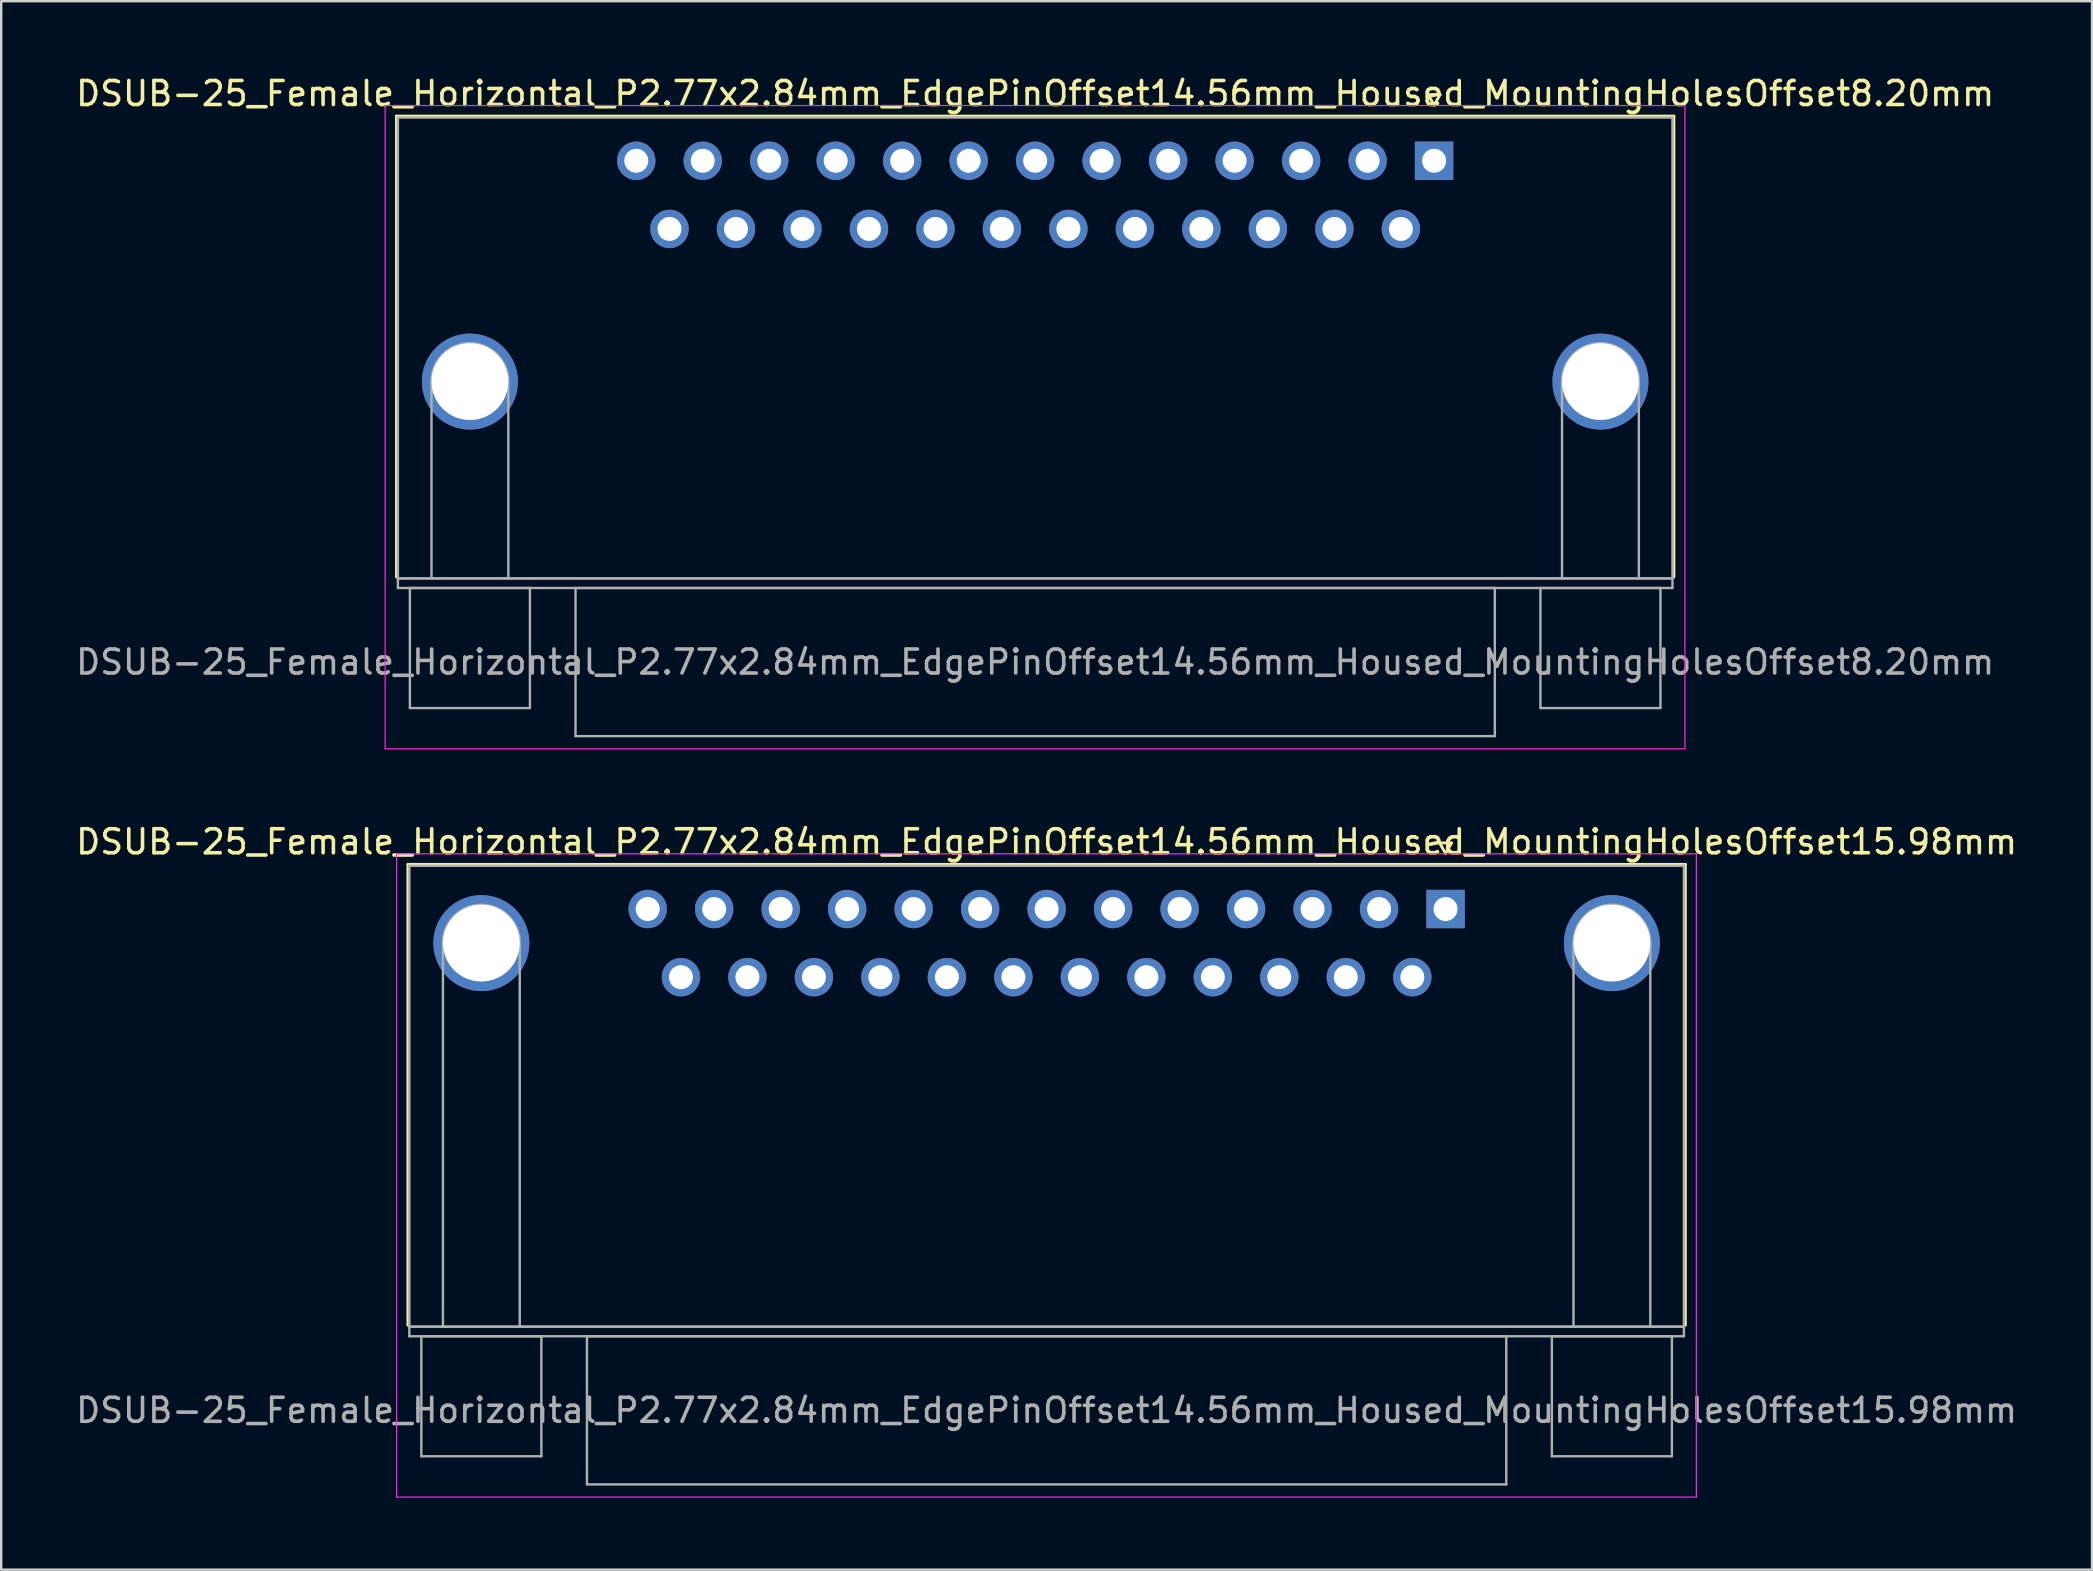
<source format=kicad_pcb>
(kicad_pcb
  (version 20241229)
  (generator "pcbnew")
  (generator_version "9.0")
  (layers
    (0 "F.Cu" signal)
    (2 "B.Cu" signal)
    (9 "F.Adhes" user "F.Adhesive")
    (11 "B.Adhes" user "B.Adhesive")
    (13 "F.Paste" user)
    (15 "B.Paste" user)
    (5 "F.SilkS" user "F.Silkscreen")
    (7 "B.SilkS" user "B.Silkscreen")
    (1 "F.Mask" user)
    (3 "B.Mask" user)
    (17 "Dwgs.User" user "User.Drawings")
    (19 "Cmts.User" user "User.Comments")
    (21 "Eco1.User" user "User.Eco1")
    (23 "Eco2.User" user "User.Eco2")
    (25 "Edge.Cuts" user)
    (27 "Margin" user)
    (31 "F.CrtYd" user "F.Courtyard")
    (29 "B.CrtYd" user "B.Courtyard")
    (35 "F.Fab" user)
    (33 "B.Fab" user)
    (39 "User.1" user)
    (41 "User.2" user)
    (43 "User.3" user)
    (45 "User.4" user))
  (footprint "DSUB-25_Female_Horizontal_P2.77x2.84mm_EdgePinOffset14.56mm_Housed_MountingHolesOffset15.98mm"
    (layer "F.Cu")
    (at 57.174 34.822)
    (property "Reference" "DSUB-25_Female_Horizontal_P2.77x2.84mm_EdgePinOffset14.56mm_Housed_MountingHolesOffset15.98mm" (at -16.62 -2.8 0) (layer "F.SilkS") (effects (font (size 1 1) (thickness 0.15))))
    (attr through_hole)
    (fp_line (start -43.23 -1.86) (end 9.99 -1.86) (stroke (width 0.12) (type solid)) (layer "F.SilkS"))
    (fp_line (start -43.23 17.34) (end -43.23 -1.86) (stroke (width 0.12) (type solid)) (layer "F.SilkS"))
    (fp_line (start -0.25 -2.754) (end 0.25 -2.754) (stroke (width 0.12) (type solid)) (layer "F.SilkS"))
    (fp_line (start 0 -2.321) (end -0.25 -2.754) (stroke (width 0.12) (type solid)) (layer "F.SilkS"))
    (fp_line (start 0.25 -2.754) (end 0 -2.321) (stroke (width 0.12) (type solid)) (layer "F.SilkS"))
    (fp_line (start 9.99 -1.86) (end 9.99 17.34) (stroke (width 0.12) (type solid)) (layer "F.SilkS"))
    (fp_line (start -43.7 -2.3) (end -43.7 24.5) (stroke (width 0.05) (type solid)) (layer "F.CrtYd"))
    (fp_line (start -43.7 24.5) (end 10.45 24.5) (stroke (width 0.05) (type solid)) (layer "F.CrtYd"))
    (fp_line (start 10.45 -2.3) (end -43.7 -2.3) (stroke (width 0.05) (type solid)) (layer "F.CrtYd"))
    (fp_line (start 10.45 24.5) (end 10.45 -2.3) (stroke (width 0.05) (type solid)) (layer "F.CrtYd"))
    (fp_line (start -43.17 -1.8) (end -43.17 17.4) (stroke (width 0.1) (type solid)) (layer "F.Fab"))
    (fp_line (start -43.17 17.4) (end -43.17 17.8) (stroke (width 0.1) (type solid)) (layer "F.Fab"))
    (fp_line (start -43.17 17.4) (end 9.93 17.4) (stroke (width 0.1) (type solid)) (layer "F.Fab"))
    (fp_line (start -43.17 17.8) (end 9.93 17.8) (stroke (width 0.1) (type solid)) (layer "F.Fab"))
    (fp_line (start -42.67 17.8) (end -42.67 22.8) (stroke (width 0.1) (type solid)) (layer "F.Fab"))
    (fp_line (start -42.67 22.8) (end -37.67 22.8) (stroke (width 0.1) (type solid)) (layer "F.Fab"))
    (fp_line (start -41.77 17.4) (end -41.77 1.42) (stroke (width 0.1) (type solid)) (layer "F.Fab"))
    (fp_line (start -38.57 17.4) (end -38.57 1.42) (stroke (width 0.1) (type solid)) (layer "F.Fab"))
    (fp_line (start -37.67 17.8) (end -42.67 17.8) (stroke (width 0.1) (type solid)) (layer "F.Fab"))
    (fp_line (start -37.67 22.8) (end -37.67 17.8) (stroke (width 0.1) (type solid)) (layer "F.Fab"))
    (fp_line (start -35.77 17.8) (end -35.77 23.97) (stroke (width 0.1) (type solid)) (layer "F.Fab"))
    (fp_line (start -35.77 23.97) (end 2.53 23.97) (stroke (width 0.1) (type solid)) (layer "F.Fab"))
    (fp_line (start 2.53 17.8) (end -35.77 17.8) (stroke (width 0.1) (type solid)) (layer "F.Fab"))
    (fp_line (start 2.53 23.97) (end 2.53 17.8) (stroke (width 0.1) (type solid)) (layer "F.Fab"))
    (fp_line (start 4.43 17.8) (end 4.43 22.8) (stroke (width 0.1) (type solid)) (layer "F.Fab"))
    (fp_line (start 4.43 22.8) (end 9.43 22.8) (stroke (width 0.1) (type solid)) (layer "F.Fab"))
    (fp_line (start 5.33 17.4) (end 5.33 1.42) (stroke (width 0.1) (type solid)) (layer "F.Fab"))
    (fp_line (start 8.53 17.4) (end 8.53 1.42) (stroke (width 0.1) (type solid)) (layer "F.Fab"))
    (fp_line (start 9.43 17.8) (end 4.43 17.8) (stroke (width 0.1) (type solid)) (layer "F.Fab"))
    (fp_line (start 9.43 22.8) (end 9.43 17.8) (stroke (width 0.1) (type solid)) (layer "F.Fab"))
    (fp_line (start 9.93 -1.8) (end -43.17 -1.8) (stroke (width 0.1) (type solid)) (layer "F.Fab"))
    (fp_line (start 9.93 17.4) (end -43.17 17.4) (stroke (width 0.1) (type solid)) (layer "F.Fab"))
    (fp_line (start 9.93 17.4) (end 9.93 -1.8) (stroke (width 0.1) (type solid)) (layer "F.Fab"))
    (fp_line (start 9.93 17.8) (end 9.93 17.4) (stroke (width 0.1) (type solid)) (layer "F.Fab"))
    (fp_arc (start -41.77 1.42) (mid -40.17 -0.18) (end -38.57 1.42) (stroke (width 0.1) (type solid)) (layer "F.Fab"))
    (fp_arc (start 5.33 1.42) (mid 6.93 -0.18) (end 8.53 1.42) (stroke (width 0.1) (type solid)) (layer "F.Fab"))
    (fp_text user "${REFERENCE}" (at -16.62 20.885 0) (layer "F.Fab") (effects (font (size 1 1) (thickness 0.15))))
    (pad "0" thru_hole circle (at -40.17 1.42) (size 4 4) (drill 3.2) (layers "*.Cu" "*.Mask"))
    (pad "0" thru_hole circle (at 6.93 1.42) (size 4 4) (drill 3.2) (layers "*.Cu" "*.Mask"))
    (pad "1" thru_hole rect (at 0 0) (size 1.6 1.6) (drill 1) (layers "*.Cu" "*.Mask"))
    (pad "2" thru_hole circle (at -2.77 0) (size 1.6 1.6) (drill 1) (layers "*.Cu" "*.Mask"))
    (pad "3" thru_hole circle (at -5.54 0) (size 1.6 1.6) (drill 1) (layers "*.Cu" "*.Mask"))
    (pad "4" thru_hole circle (at -8.31 0) (size 1.6 1.6) (drill 1) (layers "*.Cu" "*.Mask"))
    (pad "5" thru_hole circle (at -11.08 0) (size 1.6 1.6) (drill 1) (layers "*.Cu" "*.Mask"))
    (pad "6" thru_hole circle (at -13.85 0) (size 1.6 1.6) (drill 1) (layers "*.Cu" "*.Mask"))
    (pad "7" thru_hole circle (at -16.62 0) (size 1.6 1.6) (drill 1) (layers "*.Cu" "*.Mask"))
    (pad "8" thru_hole circle (at -19.39 0) (size 1.6 1.6) (drill 1) (layers "*.Cu" "*.Mask"))
    (pad "9" thru_hole circle (at -22.16 0) (size 1.6 1.6) (drill 1) (layers "*.Cu" "*.Mask"))
    (pad "10" thru_hole circle (at -24.93 0) (size 1.6 1.6) (drill 1) (layers "*.Cu" "*.Mask"))
    (pad "11" thru_hole circle (at -27.7 0) (size 1.6 1.6) (drill 1) (layers "*.Cu" "*.Mask"))
    (pad "12" thru_hole circle (at -30.47 0) (size 1.6 1.6) (drill 1) (layers "*.Cu" "*.Mask"))
    (pad "13" thru_hole circle (at -33.24 0) (size 1.6 1.6) (drill 1) (layers "*.Cu" "*.Mask"))
    (pad "14" thru_hole circle (at -1.385 2.84) (size 1.6 1.6) (drill 1) (layers "*.Cu" "*.Mask"))
    (pad "15" thru_hole circle (at -4.155 2.84) (size 1.6 1.6) (drill 1) (layers "*.Cu" "*.Mask"))
    (pad "16" thru_hole circle (at -6.925 2.84) (size 1.6 1.6) (drill 1) (layers "*.Cu" "*.Mask"))
    (pad "17" thru_hole circle (at -9.695 2.84) (size 1.6 1.6) (drill 1) (layers "*.Cu" "*.Mask"))
    (pad "18" thru_hole circle (at -12.465 2.84) (size 1.6 1.6) (drill 1) (layers "*.Cu" "*.Mask"))
    (pad "19" thru_hole circle (at -15.235 2.84) (size 1.6 1.6) (drill 1) (layers "*.Cu" "*.Mask"))
    (pad "20" thru_hole circle (at -18.005 2.84) (size 1.6 1.6) (drill 1) (layers "*.Cu" "*.Mask"))
    (pad "21" thru_hole circle (at -20.775 2.84) (size 1.6 1.6) (drill 1) (layers "*.Cu" "*.Mask"))
    (pad "22" thru_hole circle (at -23.545 2.84) (size 1.6 1.6) (drill 1) (layers "*.Cu" "*.Mask"))
    (pad "23" thru_hole circle (at -26.315 2.84) (size 1.6 1.6) (drill 1) (layers "*.Cu" "*.Mask"))
    (pad "24" thru_hole circle (at -29.085 2.84) (size 1.6 1.6) (drill 1) (layers "*.Cu" "*.Mask"))
    (pad "25" thru_hole circle (at -31.855 2.84) (size 1.6 1.6) (drill 1) (layers "*.Cu" "*.Mask")))
  (footprint "DSUB-25_Female_Horizontal_P2.77x2.84mm_EdgePinOffset14.56mm_Housed_MountingHolesOffset8.20mm"
    (layer "F.Cu")
    (at 56.697 3.648)
    (property "Reference" "DSUB-25_Female_Horizontal_P2.77x2.84mm_EdgePinOffset14.56mm_Housed_MountingHolesOffset8.20mm" (at -16.62 -2.8 0) (layer "F.SilkS") (effects (font (size 1 1) (thickness 0.15))))
    (attr through_hole)
    (fp_line (start -43.23 -1.86) (end 9.99 -1.86) (stroke (width 0.12) (type solid)) (layer "F.SilkS"))
    (fp_line (start -43.23 17.34) (end -43.23 -1.86) (stroke (width 0.12) (type solid)) (layer "F.SilkS"))
    (fp_line (start -0.25 -2.754) (end 0.25 -2.754) (stroke (width 0.12) (type solid)) (layer "F.SilkS"))
    (fp_line (start 0 -2.321) (end -0.25 -2.754) (stroke (width 0.12) (type solid)) (layer "F.SilkS"))
    (fp_line (start 0.25 -2.754) (end 0 -2.321) (stroke (width 0.12) (type solid)) (layer "F.SilkS"))
    (fp_line (start 9.99 -1.86) (end 9.99 17.34) (stroke (width 0.12) (type solid)) (layer "F.SilkS"))
    (fp_line (start -43.7 -2.3) (end -43.7 24.5) (stroke (width 0.05) (type solid)) (layer "F.CrtYd"))
    (fp_line (start -43.7 24.5) (end 10.45 24.5) (stroke (width 0.05) (type solid)) (layer "F.CrtYd"))
    (fp_line (start 10.45 -2.3) (end -43.7 -2.3) (stroke (width 0.05) (type solid)) (layer "F.CrtYd"))
    (fp_line (start 10.45 24.5) (end 10.45 -2.3) (stroke (width 0.05) (type solid)) (layer "F.CrtYd"))
    (fp_line (start -43.17 -1.8) (end -43.17 17.4) (stroke (width 0.1) (type solid)) (layer "F.Fab"))
    (fp_line (start -43.17 17.4) (end -43.17 17.8) (stroke (width 0.1) (type solid)) (layer "F.Fab"))
    (fp_line (start -43.17 17.4) (end 9.93 17.4) (stroke (width 0.1) (type solid)) (layer "F.Fab"))
    (fp_line (start -43.17 17.8) (end 9.93 17.8) (stroke (width 0.1) (type solid)) (layer "F.Fab"))
    (fp_line (start -42.67 17.8) (end -42.67 22.8) (stroke (width 0.1) (type solid)) (layer "F.Fab"))
    (fp_line (start -42.67 22.8) (end -37.67 22.8) (stroke (width 0.1) (type solid)) (layer "F.Fab"))
    (fp_line (start -41.77 17.4) (end -41.77 9.2) (stroke (width 0.1) (type solid)) (layer "F.Fab"))
    (fp_line (start -38.57 17.4) (end -38.57 9.2) (stroke (width 0.1) (type solid)) (layer "F.Fab"))
    (fp_line (start -37.67 17.8) (end -42.67 17.8) (stroke (width 0.1) (type solid)) (layer "F.Fab"))
    (fp_line (start -37.67 22.8) (end -37.67 17.8) (stroke (width 0.1) (type solid)) (layer "F.Fab"))
    (fp_line (start -35.77 17.8) (end -35.77 23.97) (stroke (width 0.1) (type solid)) (layer "F.Fab"))
    (fp_line (start -35.77 23.97) (end 2.53 23.97) (stroke (width 0.1) (type solid)) (layer "F.Fab"))
    (fp_line (start 2.53 17.8) (end -35.77 17.8) (stroke (width 0.1) (type solid)) (layer "F.Fab"))
    (fp_line (start 2.53 23.97) (end 2.53 17.8) (stroke (width 0.1) (type solid)) (layer "F.Fab"))
    (fp_line (start 4.43 17.8) (end 4.43 22.8) (stroke (width 0.1) (type solid)) (layer "F.Fab"))
    (fp_line (start 4.43 22.8) (end 9.43 22.8) (stroke (width 0.1) (type solid)) (layer "F.Fab"))
    (fp_line (start 5.33 17.4) (end 5.33 9.2) (stroke (width 0.1) (type solid)) (layer "F.Fab"))
    (fp_line (start 8.53 17.4) (end 8.53 9.2) (stroke (width 0.1) (type solid)) (layer "F.Fab"))
    (fp_line (start 9.43 17.8) (end 4.43 17.8) (stroke (width 0.1) (type solid)) (layer "F.Fab"))
    (fp_line (start 9.43 22.8) (end 9.43 17.8) (stroke (width 0.1) (type solid)) (layer "F.Fab"))
    (fp_line (start 9.93 -1.8) (end -43.17 -1.8) (stroke (width 0.1) (type solid)) (layer "F.Fab"))
    (fp_line (start 9.93 17.4) (end -43.17 17.4) (stroke (width 0.1) (type solid)) (layer "F.Fab"))
    (fp_line (start 9.93 17.4) (end 9.93 -1.8) (stroke (width 0.1) (type solid)) (layer "F.Fab"))
    (fp_line (start 9.93 17.8) (end 9.93 17.4) (stroke (width 0.1) (type solid)) (layer "F.Fab"))
    (fp_arc (start -41.77 9.2) (mid -40.17 7.6) (end -38.57 9.2) (stroke (width 0.1) (type solid)) (layer "F.Fab"))
    (fp_arc (start 5.33 9.2) (mid 6.93 7.6) (end 8.53 9.2) (stroke (width 0.1) (type solid)) (layer "F.Fab"))
    (fp_text user "${REFERENCE}" (at -16.62 20.885 0) (layer "F.Fab") (effects (font (size 1 1) (thickness 0.15))))
    (pad "0" thru_hole circle (at -40.17 9.2) (size 4 4) (drill 3.2) (layers "*.Cu" "*.Mask"))
    (pad "0" thru_hole circle (at 6.93 9.2) (size 4 4) (drill 3.2) (layers "*.Cu" "*.Mask"))
    (pad "1" thru_hole rect (at 0 0) (size 1.6 1.6) (drill 1) (layers "*.Cu" "*.Mask"))
    (pad "2" thru_hole circle (at -2.77 0) (size 1.6 1.6) (drill 1) (layers "*.Cu" "*.Mask"))
    (pad "3" thru_hole circle (at -5.54 0) (size 1.6 1.6) (drill 1) (layers "*.Cu" "*.Mask"))
    (pad "4" thru_hole circle (at -8.31 0) (size 1.6 1.6) (drill 1) (layers "*.Cu" "*.Mask"))
    (pad "5" thru_hole circle (at -11.08 0) (size 1.6 1.6) (drill 1) (layers "*.Cu" "*.Mask"))
    (pad "6" thru_hole circle (at -13.85 0) (size 1.6 1.6) (drill 1) (layers "*.Cu" "*.Mask"))
    (pad "7" thru_hole circle (at -16.62 0) (size 1.6 1.6) (drill 1) (layers "*.Cu" "*.Mask"))
    (pad "8" thru_hole circle (at -19.39 0) (size 1.6 1.6) (drill 1) (layers "*.Cu" "*.Mask"))
    (pad "9" thru_hole circle (at -22.16 0) (size 1.6 1.6) (drill 1) (layers "*.Cu" "*.Mask"))
    (pad "10" thru_hole circle (at -24.93 0) (size 1.6 1.6) (drill 1) (layers "*.Cu" "*.Mask"))
    (pad "11" thru_hole circle (at -27.7 0) (size 1.6 1.6) (drill 1) (layers "*.Cu" "*.Mask"))
    (pad "12" thru_hole circle (at -30.47 0) (size 1.6 1.6) (drill 1) (layers "*.Cu" "*.Mask"))
    (pad "13" thru_hole circle (at -33.24 0) (size 1.6 1.6) (drill 1) (layers "*.Cu" "*.Mask"))
    (pad "14" thru_hole circle (at -1.385 2.84) (size 1.6 1.6) (drill 1) (layers "*.Cu" "*.Mask"))
    (pad "15" thru_hole circle (at -4.155 2.84) (size 1.6 1.6) (drill 1) (layers "*.Cu" "*.Mask"))
    (pad "16" thru_hole circle (at -6.925 2.84) (size 1.6 1.6) (drill 1) (layers "*.Cu" "*.Mask"))
    (pad "17" thru_hole circle (at -9.695 2.84) (size 1.6 1.6) (drill 1) (layers "*.Cu" "*.Mask"))
    (pad "18" thru_hole circle (at -12.465 2.84) (size 1.6 1.6) (drill 1) (layers "*.Cu" "*.Mask"))
    (pad "19" thru_hole circle (at -15.235 2.84) (size 1.6 1.6) (drill 1) (layers "*.Cu" "*.Mask"))
    (pad "20" thru_hole circle (at -18.005 2.84) (size 1.6 1.6) (drill 1) (layers "*.Cu" "*.Mask"))
    (pad "21" thru_hole circle (at -20.775 2.84) (size 1.6 1.6) (drill 1) (layers "*.Cu" "*.Mask"))
    (pad "22" thru_hole circle (at -23.545 2.84) (size 1.6 1.6) (drill 1) (layers "*.Cu" "*.Mask"))
    (pad "23" thru_hole circle (at -26.315 2.84) (size 1.6 1.6) (drill 1) (layers "*.Cu" "*.Mask"))
    (pad "24" thru_hole circle (at -29.085 2.84) (size 1.6 1.6) (drill 1) (layers "*.Cu" "*.Mask"))
    (pad "25" thru_hole circle (at -31.855 2.84) (size 1.6 1.6) (drill 1) (layers "*.Cu" "*.Mask")))
  (gr_rect
    (start -3 -3)
    (end 84.107 62.346)
    (stroke (width 0.1) (type default))
    (fill no)
    (layer "Edge.Cuts")))
</source>
